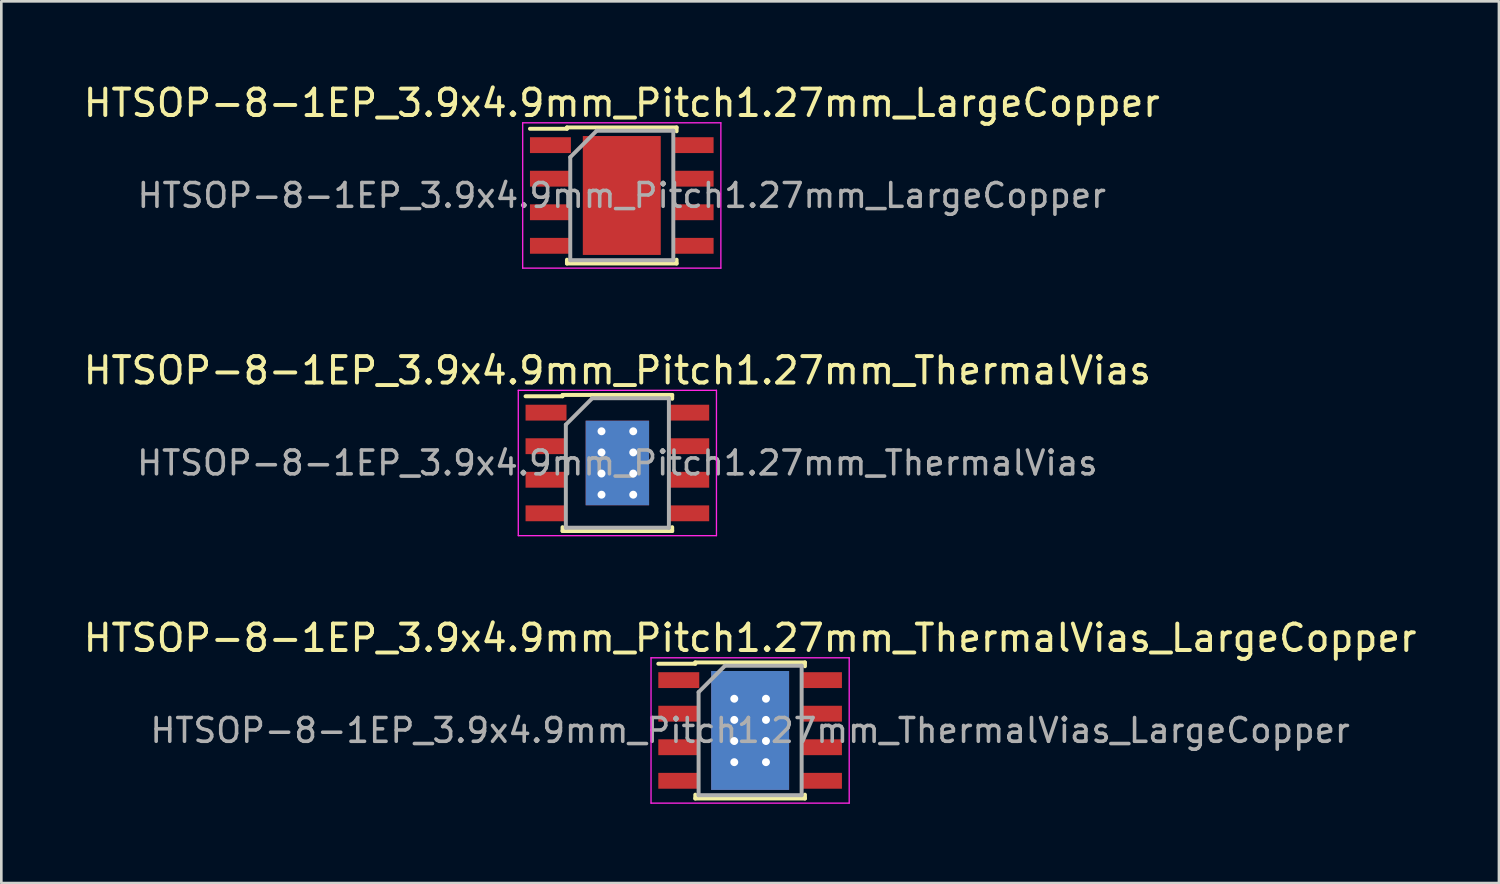
<source format=kicad_pcb>
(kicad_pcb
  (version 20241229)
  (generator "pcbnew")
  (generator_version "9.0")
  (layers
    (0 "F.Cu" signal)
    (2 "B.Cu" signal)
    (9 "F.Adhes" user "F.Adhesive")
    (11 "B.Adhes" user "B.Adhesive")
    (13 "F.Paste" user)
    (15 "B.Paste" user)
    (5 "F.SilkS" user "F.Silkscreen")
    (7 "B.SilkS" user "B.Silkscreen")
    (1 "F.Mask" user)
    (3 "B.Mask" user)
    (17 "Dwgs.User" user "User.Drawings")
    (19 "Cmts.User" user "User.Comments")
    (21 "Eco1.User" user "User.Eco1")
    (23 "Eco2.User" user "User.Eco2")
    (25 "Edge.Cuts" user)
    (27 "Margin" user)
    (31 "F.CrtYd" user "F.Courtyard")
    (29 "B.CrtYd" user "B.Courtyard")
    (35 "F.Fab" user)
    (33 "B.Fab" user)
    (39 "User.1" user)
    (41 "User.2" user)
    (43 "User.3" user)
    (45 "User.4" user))
  (footprint "HTSOP-8-1EP_3.9x4.9mm_Pitch1.27mm_ThermalVias"
    (layer "F.Cu")
    (at 20.315 14.472)
    (property "Reference" "HTSOP-8-1EP_3.9x4.9mm_Pitch1.27mm_ThermalVias" (at 0 -3.5 0) (layer "F.SilkS") (effects (font (size 1 1) (thickness 0.15))))
    (attr smd)
    (fp_line (start -2.075 -2.575) (end -2.075 -2.525) (stroke (width 0.15) (type solid)) (layer "F.SilkS"))
    (fp_line (start -2.075 -2.575) (end 2.075 -2.575) (stroke (width 0.15) (type solid)) (layer "F.SilkS"))
    (fp_line (start -2.075 -2.525) (end -3.475 -2.525) (stroke (width 0.15) (type solid)) (layer "F.SilkS"))
    (fp_line (start -2.075 2.575) (end -2.075 2.43) (stroke (width 0.15) (type solid)) (layer "F.SilkS"))
    (fp_line (start -2.075 2.575) (end 2.075 2.575) (stroke (width 0.15) (type solid)) (layer "F.SilkS"))
    (fp_line (start 2.075 -2.575) (end 2.075 -2.43) (stroke (width 0.15) (type solid)) (layer "F.SilkS"))
    (fp_line (start 2.075 2.575) (end 2.075 2.43) (stroke (width 0.15) (type solid)) (layer "F.SilkS"))
    (fp_line (start -3.75 -2.75) (end -3.75 2.75) (stroke (width 0.05) (type solid)) (layer "F.CrtYd"))
    (fp_line (start -3.75 -2.75) (end 3.75 -2.75) (stroke (width 0.05) (type solid)) (layer "F.CrtYd"))
    (fp_line (start -3.75 2.75) (end 3.75 2.75) (stroke (width 0.05) (type solid)) (layer "F.CrtYd"))
    (fp_line (start 3.75 -2.75) (end 3.75 2.75) (stroke (width 0.05) (type solid)) (layer "F.CrtYd"))
    (fp_line (start -1.95 -1.45) (end -0.95 -2.45) (stroke (width 0.15) (type solid)) (layer "F.Fab"))
    (fp_line (start -1.95 2.45) (end -1.95 -1.45) (stroke (width 0.15) (type solid)) (layer "F.Fab"))
    (fp_line (start -0.95 -2.45) (end 1.95 -2.45) (stroke (width 0.15) (type solid)) (layer "F.Fab"))
    (fp_line (start 1.95 -2.45) (end 1.95 2.45) (stroke (width 0.15) (type solid)) (layer "F.Fab"))
    (fp_line (start 1.95 2.45) (end -1.95 2.45) (stroke (width 0.15) (type solid)) (layer "F.Fab"))
    (fp_text user "${REFERENCE}" (at 0 0 0) (layer "F.Fab") (effects (font (size 0.9 0.9) (thickness 0.135))))
    (pad "1" smd rect (at -2.7 -1.905) (size 1.55 0.6) (layers "F.Cu" "F.Mask" "F.Paste"))
    (pad "2" smd rect (at -2.7 -0.635) (size 1.55 0.6) (layers "F.Cu" "F.Mask" "F.Paste"))
    (pad "3" smd rect (at -2.7 0.635) (size 1.55 0.6) (layers "F.Cu" "F.Mask" "F.Paste"))
    (pad "4" smd rect (at -2.7 1.905) (size 1.55 0.6) (layers "F.Cu" "F.Mask" "F.Paste"))
    (pad "5" smd rect (at 2.7 1.905) (size 1.55 0.6) (layers "F.Cu" "F.Mask" "F.Paste"))
    (pad "6" smd rect (at 2.7 0.635) (size 1.55 0.6) (layers "F.Cu" "F.Mask" "F.Paste"))
    (pad "7" smd rect (at 2.7 -0.635) (size 1.55 0.6) (layers "F.Cu" "F.Mask" "F.Paste"))
    (pad "8" smd rect (at 2.7 -1.905) (size 1.55 0.6) (layers "F.Cu" "F.Mask" "F.Paste"))
    (pad "9" thru_hole circle (at -0.6 -1.2) (size 0.6 0.6) (drill 0.3) (layers "*.Cu"))
    (pad "9" smd rect (at -0.6 -0.8) (size 1.2 1.6) (layers "F.Cu" "F.Mask" "F.Paste"))
    (pad "9" thru_hole circle (at -0.6 -0.4) (size 0.6 0.6) (drill 0.3) (layers "*.Cu"))
    (pad "9" thru_hole circle (at -0.6 0.4) (size 0.6 0.6) (drill 0.3) (layers "*.Cu"))
    (pad "9" smd rect (at -0.6 0.8) (size 1.2 1.6) (layers "F.Cu" "F.Mask" "F.Paste"))
    (pad "9" thru_hole circle (at -0.6 1.2) (size 0.6 0.6) (drill 0.3) (layers "*.Cu"))
    (pad "9" smd rect (at 0 0) (size 2.4 3.2) (layers "B.Cu"))
    (pad "9" thru_hole circle (at 0.6 -1.2) (size 0.6 0.6) (drill 0.3) (layers "*.Cu"))
    (pad "9" smd rect (at 0.6 -0.8) (size 1.2 1.6) (layers "F.Cu" "F.Mask" "F.Paste"))
    (pad "9" thru_hole circle (at 0.6 -0.4) (size 0.6 0.6) (drill 0.3) (layers "*.Cu"))
    (pad "9" thru_hole circle (at 0.6 0.4) (size 0.6 0.6) (drill 0.3) (layers "*.Cu"))
    (pad "9" smd rect (at 0.6 0.8) (size 1.2 1.6) (layers "F.Cu" "F.Mask" "F.Paste"))
    (pad "9" thru_hole circle (at 0.6 1.2) (size 0.6 0.6) (drill 0.3) (layers "*.Cu")))
  (footprint "HTSOP-8-1EP_3.9x4.9mm_Pitch1.27mm_ThermalVias_LargeCopper"
    (layer "F.Cu")
    (at 25.339 24.595)
    (property "Reference" "HTSOP-8-1EP_3.9x4.9mm_Pitch1.27mm_ThermalVias_LargeCopper" (at 0 -3.5 0) (layer "F.SilkS") (effects (font (size 1 1) (thickness 0.15))))
    (attr smd)
    (fp_line (start -2.075 -2.575) (end -2.075 -2.525) (stroke (width 0.15) (type solid)) (layer "F.SilkS"))
    (fp_line (start -2.075 -2.575) (end 2.075 -2.575) (stroke (width 0.15) (type solid)) (layer "F.SilkS"))
    (fp_line (start -2.075 -2.525) (end -3.475 -2.525) (stroke (width 0.15) (type solid)) (layer "F.SilkS"))
    (fp_line (start -2.075 2.575) (end -2.075 2.43) (stroke (width 0.15) (type solid)) (layer "F.SilkS"))
    (fp_line (start -2.075 2.575) (end 2.075 2.575) (stroke (width 0.15) (type solid)) (layer "F.SilkS"))
    (fp_line (start 2.075 -2.575) (end 2.075 -2.43) (stroke (width 0.15) (type solid)) (layer "F.SilkS"))
    (fp_line (start 2.075 2.575) (end 2.075 2.43) (stroke (width 0.15) (type solid)) (layer "F.SilkS"))
    (fp_line (start -3.75 -2.75) (end -3.75 2.75) (stroke (width 0.05) (type solid)) (layer "F.CrtYd"))
    (fp_line (start -3.75 -2.75) (end 3.75 -2.75) (stroke (width 0.05) (type solid)) (layer "F.CrtYd"))
    (fp_line (start -3.75 2.75) (end 3.75 2.75) (stroke (width 0.05) (type solid)) (layer "F.CrtYd"))
    (fp_line (start 3.75 -2.75) (end 3.75 2.75) (stroke (width 0.05) (type solid)) (layer "F.CrtYd"))
    (fp_line (start -1.95 -1.45) (end -0.95 -2.45) (stroke (width 0.15) (type solid)) (layer "F.Fab"))
    (fp_line (start -1.95 2.45) (end -1.95 -1.45) (stroke (width 0.15) (type solid)) (layer "F.Fab"))
    (fp_line (start -0.95 -2.45) (end 1.95 -2.45) (stroke (width 0.15) (type solid)) (layer "F.Fab"))
    (fp_line (start 1.95 -2.45) (end 1.95 2.45) (stroke (width 0.15) (type solid)) (layer "F.Fab"))
    (fp_line (start 1.95 2.45) (end -1.95 2.45) (stroke (width 0.15) (type solid)) (layer "F.Fab"))
    (fp_text user "${REFERENCE}" (at 0 0 0) (layer "F.Fab") (effects (font (size 0.9 0.9) (thickness 0.135))))
    (pad "1" smd rect (at -2.7 -1.905) (size 1.55 0.6) (layers "F.Cu" "F.Mask" "F.Paste"))
    (pad "2" smd rect (at -2.7 -0.635) (size 1.55 0.6) (layers "F.Cu" "F.Mask" "F.Paste"))
    (pad "3" smd rect (at -2.7 0.635) (size 1.55 0.6) (layers "F.Cu" "F.Mask" "F.Paste"))
    (pad "4" smd rect (at -2.7 1.905) (size 1.55 0.6) (layers "F.Cu" "F.Mask" "F.Paste"))
    (pad "5" smd rect (at 2.7 1.905) (size 1.55 0.6) (layers "F.Cu" "F.Mask" "F.Paste"))
    (pad "6" smd rect (at 2.7 0.635) (size 1.55 0.6) (layers "F.Cu" "F.Mask" "F.Paste"))
    (pad "7" smd rect (at 2.7 -0.635) (size 1.55 0.6) (layers "F.Cu" "F.Mask" "F.Paste"))
    (pad "8" smd rect (at 2.7 -1.905) (size 1.55 0.6) (layers "F.Cu" "F.Mask" "F.Paste"))
    (pad "9" thru_hole circle (at -0.6 -1.2) (size 0.6 0.6) (drill 0.3) (layers "*.Cu"))
    (pad "9" smd rect (at -0.6 -0.8) (size 1.2 1.6) (layers "F.Cu" "F.Mask" "F.Paste"))
    (pad "9" thru_hole circle (at -0.6 -0.4) (size 0.6 0.6) (drill 0.3) (layers "*.Cu"))
    (pad "9" thru_hole circle (at -0.6 0.4) (size 0.6 0.6) (drill 0.3) (layers "*.Cu"))
    (pad "9" smd rect (at -0.6 0.8) (size 1.2 1.6) (layers "F.Cu" "F.Mask" "F.Paste"))
    (pad "9" thru_hole circle (at -0.6 1.2) (size 0.6 0.6) (drill 0.3) (layers "*.Cu"))
    (pad "9" smd rect (at 0 0) (size 2.95 4.5) (layers "F.Cu"))
    (pad "9" smd rect (at 0 0) (size 2.95 4.5) (layers "B.Cu"))
    (pad "9" thru_hole circle (at 0.6 -1.2) (size 0.6 0.6) (drill 0.3) (layers "*.Cu"))
    (pad "9" smd rect (at 0.6 -0.8) (size 1.2 1.6) (layers "F.Cu" "F.Mask" "F.Paste"))
    (pad "9" thru_hole circle (at 0.6 -0.4) (size 0.6 0.6) (drill 0.3) (layers "*.Cu"))
    (pad "9" thru_hole circle (at 0.6 0.4) (size 0.6 0.6) (drill 0.3) (layers "*.Cu"))
    (pad "9" smd rect (at 0.6 0.8) (size 1.2 1.6) (layers "F.Cu" "F.Mask" "F.Paste"))
    (pad "9" thru_hole circle (at 0.6 1.2) (size 0.6 0.6) (drill 0.3) (layers "*.Cu")))
  (footprint "HTSOP-8-1EP_3.9x4.9mm_Pitch1.27mm_LargeCopper"
    (layer "F.Cu")
    (at 20.482 4.348)
    (property "Reference" "HTSOP-8-1EP_3.9x4.9mm_Pitch1.27mm_LargeCopper" (at 0 -3.5 0) (layer "F.SilkS") (effects (font (size 1 1) (thickness 0.15))))
    (attr smd)
    (fp_line (start -2.075 -2.575) (end -2.075 -2.525) (stroke (width 0.15) (type solid)) (layer "F.SilkS"))
    (fp_line (start -2.075 -2.575) (end 2.075 -2.575) (stroke (width 0.15) (type solid)) (layer "F.SilkS"))
    (fp_line (start -2.075 -2.525) (end -3.475 -2.525) (stroke (width 0.15) (type solid)) (layer "F.SilkS"))
    (fp_line (start -2.075 2.575) (end -2.075 2.43) (stroke (width 0.15) (type solid)) (layer "F.SilkS"))
    (fp_line (start -2.075 2.575) (end 2.075 2.575) (stroke (width 0.15) (type solid)) (layer "F.SilkS"))
    (fp_line (start 2.075 -2.575) (end 2.075 -2.43) (stroke (width 0.15) (type solid)) (layer "F.SilkS"))
    (fp_line (start 2.075 2.575) (end 2.075 2.43) (stroke (width 0.15) (type solid)) (layer "F.SilkS"))
    (fp_line (start -3.75 -2.75) (end -3.75 2.75) (stroke (width 0.05) (type solid)) (layer "F.CrtYd"))
    (fp_line (start -3.75 -2.75) (end 3.75 -2.75) (stroke (width 0.05) (type solid)) (layer "F.CrtYd"))
    (fp_line (start -3.75 2.75) (end 3.75 2.75) (stroke (width 0.05) (type solid)) (layer "F.CrtYd"))
    (fp_line (start 3.75 -2.75) (end 3.75 2.75) (stroke (width 0.05) (type solid)) (layer "F.CrtYd"))
    (fp_line (start -1.95 -1.45) (end -0.95 -2.45) (stroke (width 0.15) (type solid)) (layer "F.Fab"))
    (fp_line (start -1.95 2.45) (end -1.95 -1.45) (stroke (width 0.15) (type solid)) (layer "F.Fab"))
    (fp_line (start -0.95 -2.45) (end 1.95 -2.45) (stroke (width 0.15) (type solid)) (layer "F.Fab"))
    (fp_line (start 1.95 -2.45) (end 1.95 2.45) (stroke (width 0.15) (type solid)) (layer "F.Fab"))
    (fp_line (start 1.95 2.45) (end -1.95 2.45) (stroke (width 0.15) (type solid)) (layer "F.Fab"))
    (fp_text user "${REFERENCE}" (at 0 0 0) (layer "F.Fab") (effects (font (size 0.9 0.9) (thickness 0.135))))
    (pad "1" smd rect (at -2.7 -1.905) (size 1.55 0.6) (layers "F.Cu" "F.Mask" "F.Paste"))
    (pad "2" smd rect (at -2.7 -0.635) (size 1.55 0.6) (layers "F.Cu" "F.Mask" "F.Paste"))
    (pad "3" smd rect (at -2.7 0.635) (size 1.55 0.6) (layers "F.Cu" "F.Mask" "F.Paste"))
    (pad "4" smd rect (at -2.7 1.905) (size 1.55 0.6) (layers "F.Cu" "F.Mask" "F.Paste"))
    (pad "5" smd rect (at 2.7 1.905) (size 1.55 0.6) (layers "F.Cu" "F.Mask" "F.Paste"))
    (pad "6" smd rect (at 2.7 0.635) (size 1.55 0.6) (layers "F.Cu" "F.Mask" "F.Paste"))
    (pad "7" smd rect (at 2.7 -0.635) (size 1.55 0.6) (layers "F.Cu" "F.Mask" "F.Paste"))
    (pad "8" smd rect (at 2.7 -1.905) (size 1.55 0.6) (layers "F.Cu" "F.Mask" "F.Paste"))
    (pad "9" smd rect (at -0.6 -0.8) (size 1.2 1.6) (layers "F.Cu" "F.Mask" "F.Paste"))
    (pad "9" smd rect (at -0.6 0.8) (size 1.2 1.6) (layers "F.Cu" "F.Mask" "F.Paste"))
    (pad "9" smd rect (at 0 0) (size 2.95 4.5) (layers "F.Cu"))
    (pad "9" smd rect (at 0.6 -0.8) (size 1.2 1.6) (layers "F.Cu" "F.Mask" "F.Paste"))
    (pad "9" smd rect (at 0.6 0.8) (size 1.2 1.6) (layers "F.Cu" "F.Mask" "F.Paste")))
  (gr_rect
    (start -3 -3)
    (end 53.679 30.37)
    (stroke (width 0.1) (type default))
    (fill no)
    (layer "Edge.Cuts")))
</source>
